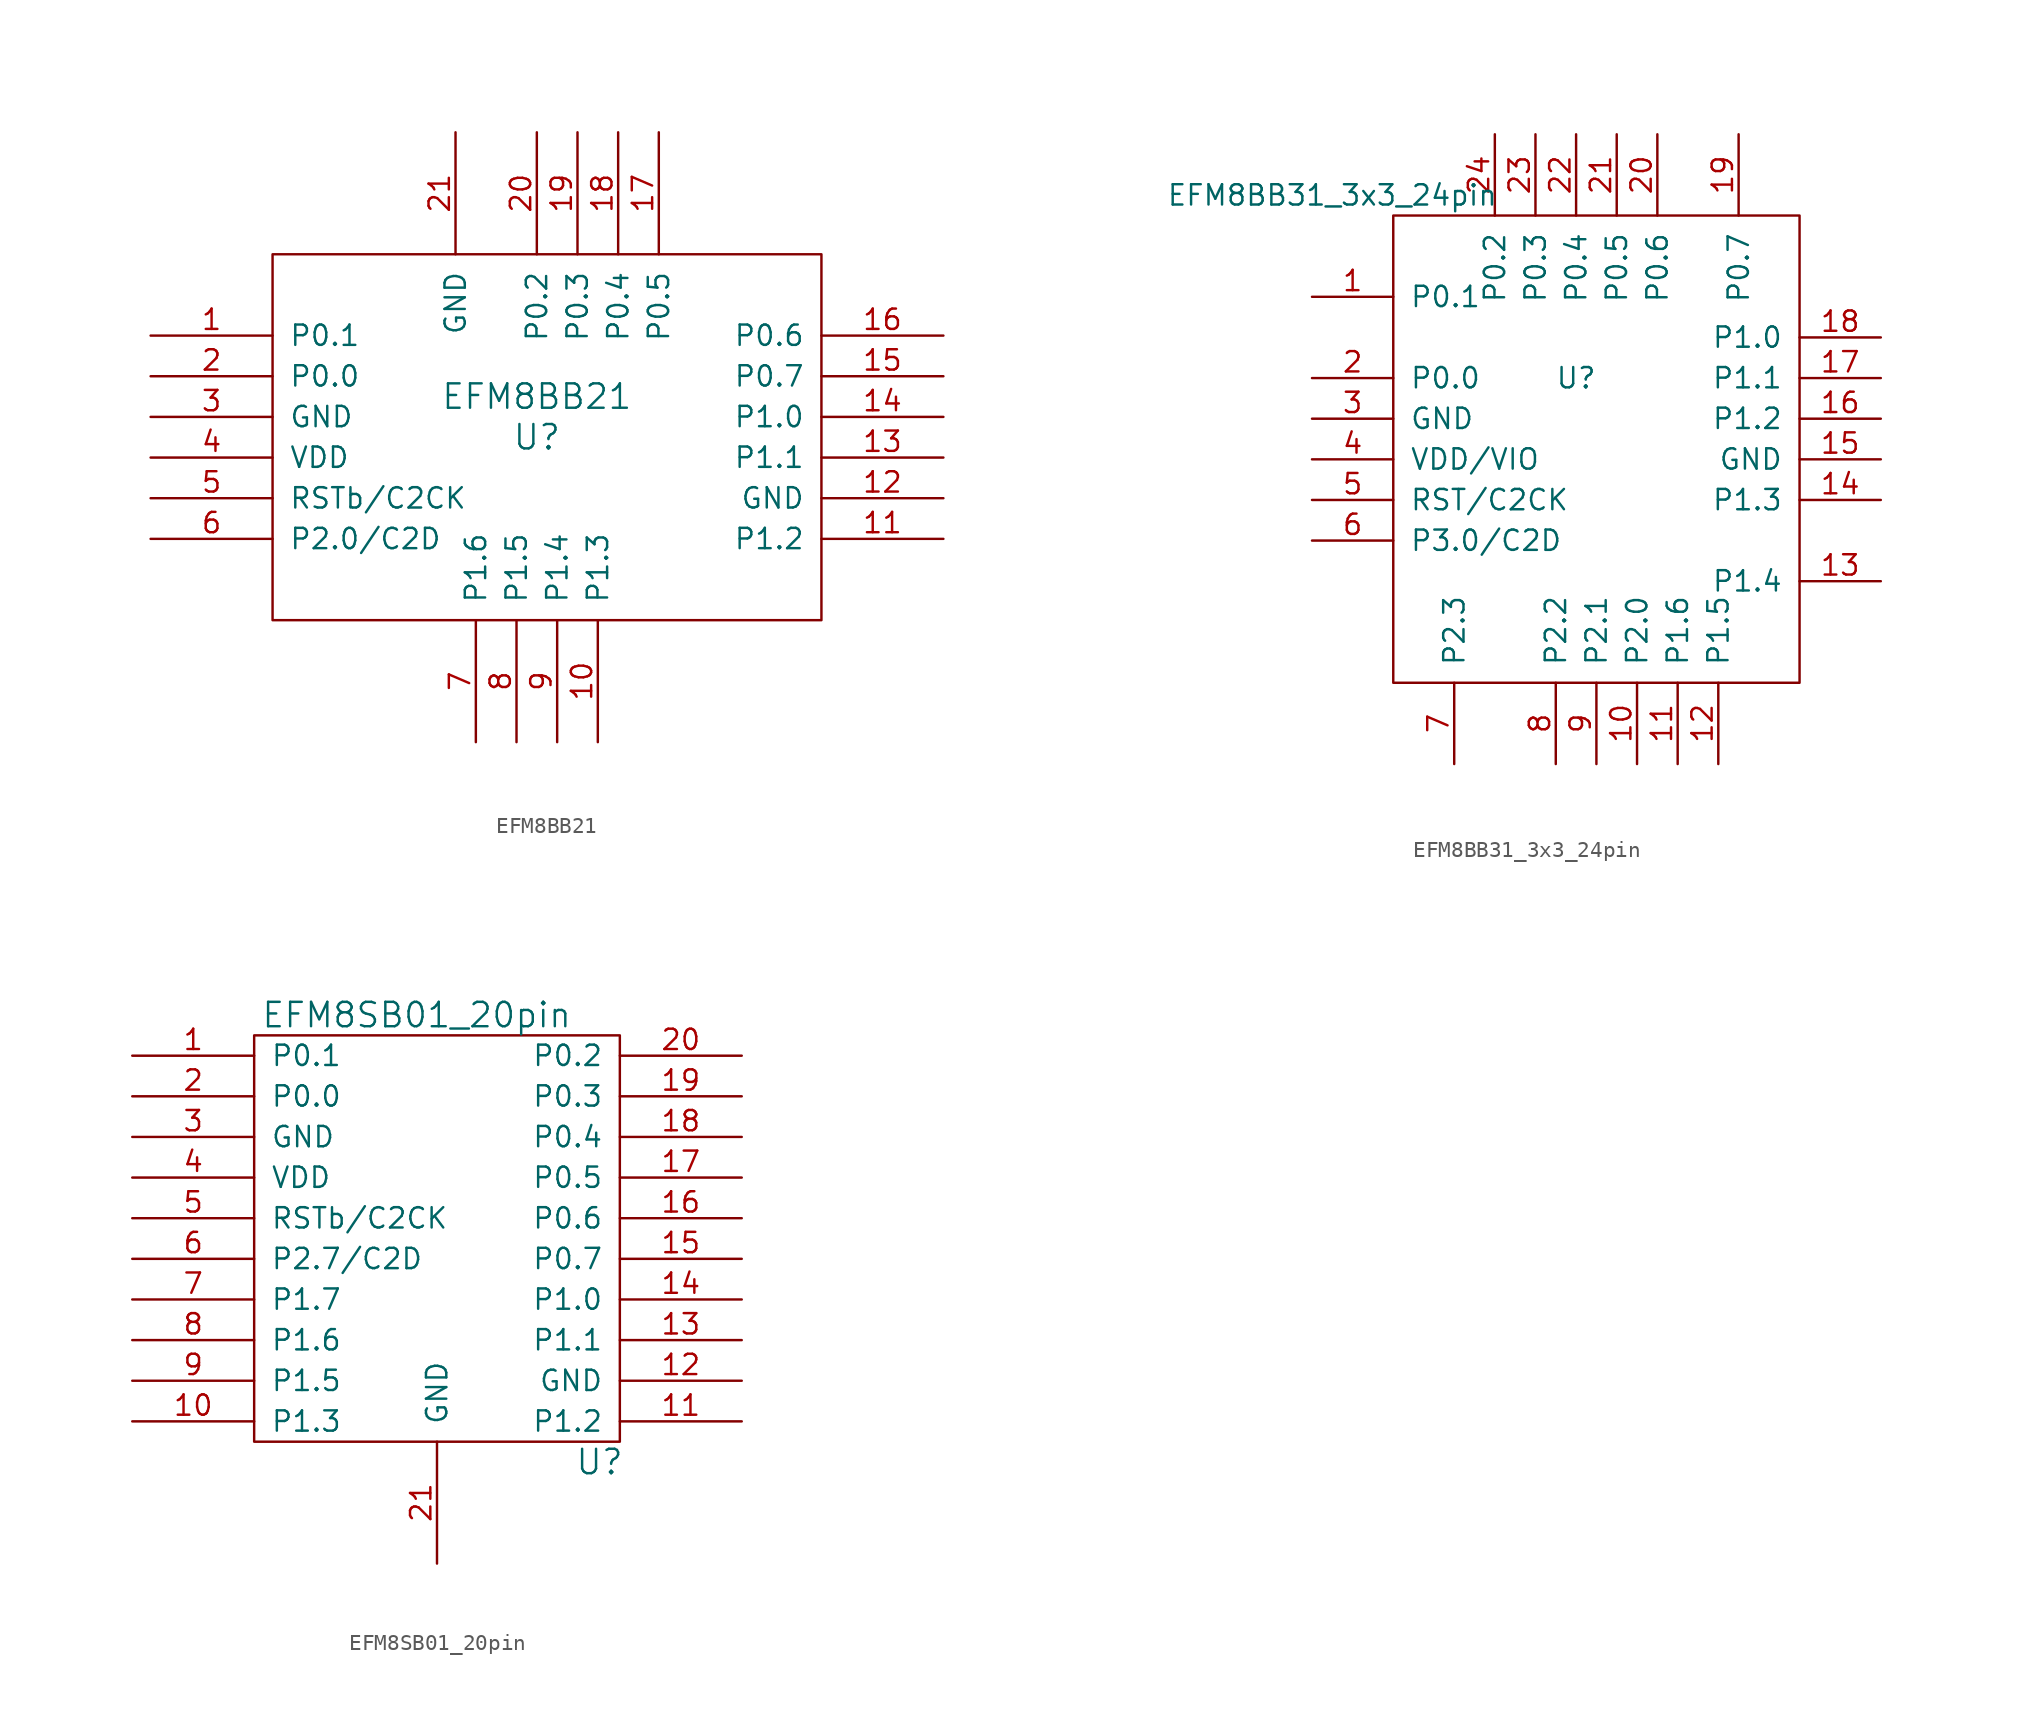
<source format=kicad_sym>
(kicad_symbol_lib
  (version 20211014)
  (generator kicad_symbol_editor)
  (symbol "EFM8BB21"
    (pin_names
      (offset 1.016))
    (property "Reference" "U"
      (at 0 1.27 0)
      (effects (font (size 1.524 1.524))))
    (property "Value" "EFM8BB21"
      (at 0 3.81 0)
      (effects (font (size 1.524 1.524))))
    (property "Footprint" ""
      (at -10.16 -5.08 0)
      (effects (font (size 1.524 1.524))))
    (property "Datasheet" ""
      (at -10.16 -5.08 0)
      (effects (font (size 1.524 1.524))))
    (symbol "EFM8BB21_0_1"
      (rectangle (start -16.51 12.7) (end 17.78 -10.16) (stroke (width 0) (type default) (color 0 0 0 0)) (fill (type none))))
    (symbol "EFM8BB21_1_1"
      (pin input line (at -24.13 7.62 0) (length 7.62) (name "P0.1" (effects (font (size 1.27 1.27)))) (number "1" (effects (font (size 1.27 1.27)))))
      (pin input line (at 3.81 -17.78 90) (length 7.62) (name "P1.3" (effects (font (size 1.27 1.27)))) (number "10" (effects (font (size 1.27 1.27)))))
      (pin input line (at 25.4 -5.08 180) (length 7.62) (name "P1.2" (effects (font (size 1.27 1.27)))) (number "11" (effects (font (size 1.27 1.27)))))
      (pin input line (at 25.4 -2.54 180) (length 7.62) (name "GND" (effects (font (size 1.27 1.27)))) (number "12" (effects (font (size 1.27 1.27)))))
      (pin input line (at 25.4 0 180) (length 7.62) (name "P1.1" (effects (font (size 1.27 1.27)))) (number "13" (effects (font (size 1.27 1.27)))))
      (pin input line (at 25.4 2.54 180) (length 7.62) (name "P1.0" (effects (font (size 1.27 1.27)))) (number "14" (effects (font (size 1.27 1.27)))))
      (pin input line (at 25.4 5.08 180) (length 7.62) (name "P0.7" (effects (font (size 1.27 1.27)))) (number "15" (effects (font (size 1.27 1.27)))))
      (pin input line (at 25.4 7.62 180) (length 7.62) (name "P0.6" (effects (font (size 1.27 1.27)))) (number "16" (effects (font (size 1.27 1.27)))))
      (pin input line (at 7.62 20.32 270) (length 7.62) (name "P0.5" (effects (font (size 1.27 1.27)))) (number "17" (effects (font (size 1.27 1.27)))))
      (pin input line (at 5.08 20.32 270) (length 7.62) (name "P0.4" (effects (font (size 1.27 1.27)))) (number "18" (effects (font (size 1.27 1.27)))))
      (pin input line (at 2.54 20.32 270) (length 7.62) (name "P0.3" (effects (font (size 1.27 1.27)))) (number "19" (effects (font (size 1.27 1.27)))))
      (pin input line (at -24.13 5.08 0) (length 7.62) (name "P0.0" (effects (font (size 1.27 1.27)))) (number "2" (effects (font (size 1.27 1.27)))))
      (pin input line (at 0 20.32 270) (length 7.62) (name "P0.2" (effects (font (size 1.27 1.27)))) (number "20" (effects (font (size 1.27 1.27)))))
      (pin input line (at -5.08 20.32 270) (length 7.62) (name "GND" (effects (font (size 1.27 1.27)))) (number "21" (effects (font (size 1.27 1.27)))))
      (pin input line (at -24.13 2.54 0) (length 7.62) (name "GND" (effects (font (size 1.27 1.27)))) (number "3" (effects (font (size 1.27 1.27)))))
      (pin input line (at -24.13 0 0) (length 7.62) (name "VDD" (effects (font (size 1.27 1.27)))) (number "4" (effects (font (size 1.27 1.27)))))
      (pin input line (at -24.13 -2.54 0) (length 7.62) (name "RSTb/C2CK" (effects (font (size 1.27 1.27)))) (number "5" (effects (font (size 1.27 1.27)))))
      (pin input line (at -24.13 -5.08 0) (length 7.62) (name "P2.0/C2D" (effects (font (size 1.27 1.27)))) (number "6" (effects (font (size 1.27 1.27)))))
      (pin input line (at -3.81 -17.78 90) (length 7.62) (name "P1.6" (effects (font (size 1.27 1.27)))) (number "7" (effects (font (size 1.27 1.27)))))
      (pin input line (at -1.27 -17.78 90) (length 7.62) (name "P1.5" (effects (font (size 1.27 1.27)))) (number "8" (effects (font (size 1.27 1.27)))))
      (pin input line (at 1.27 -17.78 90) (length 7.62) (name "P1.4" (effects (font (size 1.27 1.27)))) (number "9" (effects (font (size 1.27 1.27)))))))
  (symbol "EFM8BB31_3x3_24pin"
    (pin_names
      (offset 1.016))
    (property "Reference" "U"
      (at -2.54 13.97 0)
      (effects (font (size 1.27 1.27))))
    (property "Value" "EFM8BB31_3x3_24pin"
      (at -17.78 25.4 0)
      (effects (font (size 1.27 1.27))))
    (symbol "EFM8BB31_3x3_24pin_0_0"
      (pin bidirectional line (at 1.27 -10.16 90) (length 5.08) (name "P2.0" (effects (font (size 1.27 1.27)))) (number "10" (effects (font (size 1.27 1.27)))))
      (pin bidirectional line (at 3.81 -10.16 90) (length 5.08) (name "P1.6" (effects (font (size 1.27 1.27)))) (number "11" (effects (font (size 1.27 1.27)))))
      (pin bidirectional line (at 6.35 -10.16 90) (length 5.08) (name "P1.5" (effects (font (size 1.27 1.27)))) (number "12" (effects (font (size 1.27 1.27)))))
      (pin bidirectional line (at 16.51 1.27 180) (length 5.08) (name "P1.4" (effects (font (size 1.27 1.27)))) (number "13" (effects (font (size 1.27 1.27)))))
      (pin bidirectional line (at 16.51 6.35 180) (length 5.08) (name "P1.3" (effects (font (size 1.27 1.27)))) (number "14" (effects (font (size 1.27 1.27)))))
      (pin power_out line (at 16.51 8.89 180) (length 5.08) (name "GND" (effects (font (size 1.27 1.27)))) (number "15" (effects (font (size 1.27 1.27)))))
      (pin bidirectional line (at 16.51 11.43 180) (length 5.08) (name "P1.2" (effects (font (size 1.27 1.27)))) (number "16" (effects (font (size 1.27 1.27)))))
      (pin bidirectional line (at 16.51 13.97 180) (length 5.08) (name "P1.1" (effects (font (size 1.27 1.27)))) (number "17" (effects (font (size 1.27 1.27)))))
      (pin bidirectional line (at 16.51 16.51 180) (length 5.08) (name "P1.0" (effects (font (size 1.27 1.27)))) (number "18" (effects (font (size 1.27 1.27)))))
      (pin bidirectional line (at 7.62 29.21 270) (length 5.08) (name "P0.7" (effects (font (size 1.27 1.27)))) (number "19" (effects (font (size 1.27 1.27)))))
      (pin bidirectional line (at -19.05 13.97 0) (length 5.08) (name "P0.0" (effects (font (size 1.27 1.27)))) (number "2" (effects (font (size 1.27 1.27)))))
      (pin unspecified line (at 2.54 29.21 270) (length 5.08) (name "P0.6" (effects (font (size 1.27 1.27)))) (number "20" (effects (font (size 1.27 1.27)))))
      (pin unspecified line (at 0 29.21 270) (length 5.08) (name "P0.5" (effects (font (size 1.27 1.27)))) (number "21" (effects (font (size 1.27 1.27)))))
      (pin unspecified line (at -2.54 29.21 270) (length 5.08) (name "P0.4" (effects (font (size 1.27 1.27)))) (number "22" (effects (font (size 1.27 1.27)))))
      (pin unspecified line (at -5.08 29.21 270) (length 5.08) (name "P0.3" (effects (font (size 1.27 1.27)))) (number "23" (effects (font (size 1.27 1.27)))))
      (pin unspecified line (at -7.62 29.21 270) (length 5.08) (name "P0.2" (effects (font (size 1.27 1.27)))) (number "24" (effects (font (size 1.27 1.27)))))
      (pin power_out line (at -19.05 11.43 0) (length 5.08) (name "GND" (effects (font (size 1.27 1.27)))) (number "3" (effects (font (size 1.27 1.27)))))
      (pin power_in line (at -19.05 8.89 0) (length 5.08) (name "VDD/VIO" (effects (font (size 1.27 1.27)))) (number "4" (effects (font (size 1.27 1.27)))))
      (pin bidirectional line (at -19.05 6.35 0) (length 5.08) (name "RST/C2CK" (effects (font (size 1.27 1.27)))) (number "5" (effects (font (size 1.27 1.27)))))
      (pin bidirectional line (at -19.05 3.81 0) (length 5.08) (name "P3.0/C2D" (effects (font (size 1.27 1.27)))) (number "6" (effects (font (size 1.27 1.27)))))
      (pin bidirectional line (at -10.16 -10.16 90) (length 5.08) (name "P2.3" (effects (font (size 1.27 1.27)))) (number "7" (effects (font (size 1.27 1.27)))))
      (pin bidirectional line (at -3.81 -10.16 90) (length 5.08) (name "P2.2" (effects (font (size 1.27 1.27)))) (number "8" (effects (font (size 1.27 1.27)))))
      (pin bidirectional line (at -1.27 -10.16 90) (length 5.08) (name "P2.1" (effects (font (size 1.27 1.27)))) (number "9" (effects (font (size 1.27 1.27))))))
    (symbol "EFM8BB31_3x3_24pin_0_1"
      (rectangle (start -13.97 24.13) (end 11.43 -5.08) (stroke (width 0) (type default) (color 0 0 0 0)) (fill (type none))))
    (symbol "EFM8BB31_3x3_24pin_1_1"
      (pin bidirectional line (at -19.05 19.05 0) (length 5.08) (name "P0.1" (effects (font (size 1.27 1.27)))) (number "1" (effects (font (size 1.27 1.27)))))))
  (symbol "EFM8SB01_20pin"
    (pin_names
      (offset 1.016))
    (property "Reference" "U"
      (at 10.16 -17.78 0)
      (effects (font (size 1.524 1.524))))
    (property "Value" "EFM8SB01_20pin"
      (at -1.27 10.16 0)
      (effects (font (size 1.524 1.524))))
    (property "Footprint" ""
      (at -10.16 -5.08 0)
      (effects (font (size 1.524 1.524))))
    (property "Datasheet" ""
      (at -10.16 -5.08 0)
      (effects (font (size 1.524 1.524))))
    (symbol "EFM8SB01_20pin_0_1"
      (rectangle (start -11.43 8.89) (end 11.43 -16.51) (stroke (width 0) (type default) (color 0 0 0 0)) (fill (type none))))
    (symbol "EFM8SB01_20pin_1_1"
      (pin input line (at -19.05 7.62 0) (length 7.62) (name "P0.1" (effects (font (size 1.27 1.27)))) (number "1" (effects (font (size 1.27 1.27)))))
      (pin input line (at -19.05 -15.24 0) (length 7.62) (name "P1.3" (effects (font (size 1.27 1.27)))) (number "10" (effects (font (size 1.27 1.27)))))
      (pin input line (at 19.05 -15.24 180) (length 7.62) (name "P1.2" (effects (font (size 1.27 1.27)))) (number "11" (effects (font (size 1.27 1.27)))))
      (pin power_out line (at 19.05 -12.7 180) (length 7.62) (name "GND" (effects (font (size 1.27 1.27)))) (number "12" (effects (font (size 1.27 1.27)))))
      (pin input line (at 19.05 -10.16 180) (length 7.62) (name "P1.1" (effects (font (size 1.27 1.27)))) (number "13" (effects (font (size 1.27 1.27)))))
      (pin input line (at 19.05 -7.62 180) (length 7.62) (name "P1.0" (effects (font (size 1.27 1.27)))) (number "14" (effects (font (size 1.27 1.27)))))
      (pin input line (at 19.05 -5.08 180) (length 7.62) (name "P0.7" (effects (font (size 1.27 1.27)))) (number "15" (effects (font (size 1.27 1.27)))))
      (pin input line (at 19.05 -2.54 180) (length 7.62) (name "P0.6" (effects (font (size 1.27 1.27)))) (number "16" (effects (font (size 1.27 1.27)))))
      (pin input line (at 19.05 0 180) (length 7.62) (name "P0.5" (effects (font (size 1.27 1.27)))) (number "17" (effects (font (size 1.27 1.27)))))
      (pin input line (at 19.05 2.54 180) (length 7.62) (name "P0.4" (effects (font (size 1.27 1.27)))) (number "18" (effects (font (size 1.27 1.27)))))
      (pin input line (at 19.05 5.08 180) (length 7.62) (name "P0.3" (effects (font (size 1.27 1.27)))) (number "19" (effects (font (size 1.27 1.27)))))
      (pin input line (at -19.05 5.08 0) (length 7.62) (name "P0.0" (effects (font (size 1.27 1.27)))) (number "2" (effects (font (size 1.27 1.27)))))
      (pin input line (at 19.05 7.62 180) (length 7.62) (name "P0.2" (effects (font (size 1.27 1.27)))) (number "20" (effects (font (size 1.27 1.27)))))
      (pin power_out line (at 0 -24.13 90) (length 7.62) (name "GND" (effects (font (size 1.27 1.27)))) (number "21" (effects (font (size 1.27 1.27)))))
      (pin power_out line (at -19.05 2.54 0) (length 7.62) (name "GND" (effects (font (size 1.27 1.27)))) (number "3" (effects (font (size 1.27 1.27)))))
      (pin input line (at -19.05 0 0) (length 7.62) (name "VDD" (effects (font (size 1.27 1.27)))) (number "4" (effects (font (size 1.27 1.27)))))
      (pin input line (at -19.05 -2.54 0) (length 7.62) (name "RSTb/C2CK" (effects (font (size 1.27 1.27)))) (number "5" (effects (font (size 1.27 1.27)))))
      (pin input line (at -19.05 -5.08 0) (length 7.62) (name "P2.7/C2D" (effects (font (size 1.27 1.27)))) (number "6" (effects (font (size 1.27 1.27)))))
      (pin input line (at -19.05 -7.62 0) (length 7.62) (name "P1.7" (effects (font (size 1.27 1.27)))) (number "7" (effects (font (size 1.27 1.27)))))
      (pin input line (at -19.05 -10.16 0) (length 7.62) (name "P1.6" (effects (font (size 1.27 1.27)))) (number "8" (effects (font (size 1.27 1.27)))))
      (pin input line (at -19.05 -12.7 0) (length 7.62) (name "P1.5" (effects (font (size 1.27 1.27)))) (number "9" (effects (font (size 1.27 1.27))))))))
</source>
